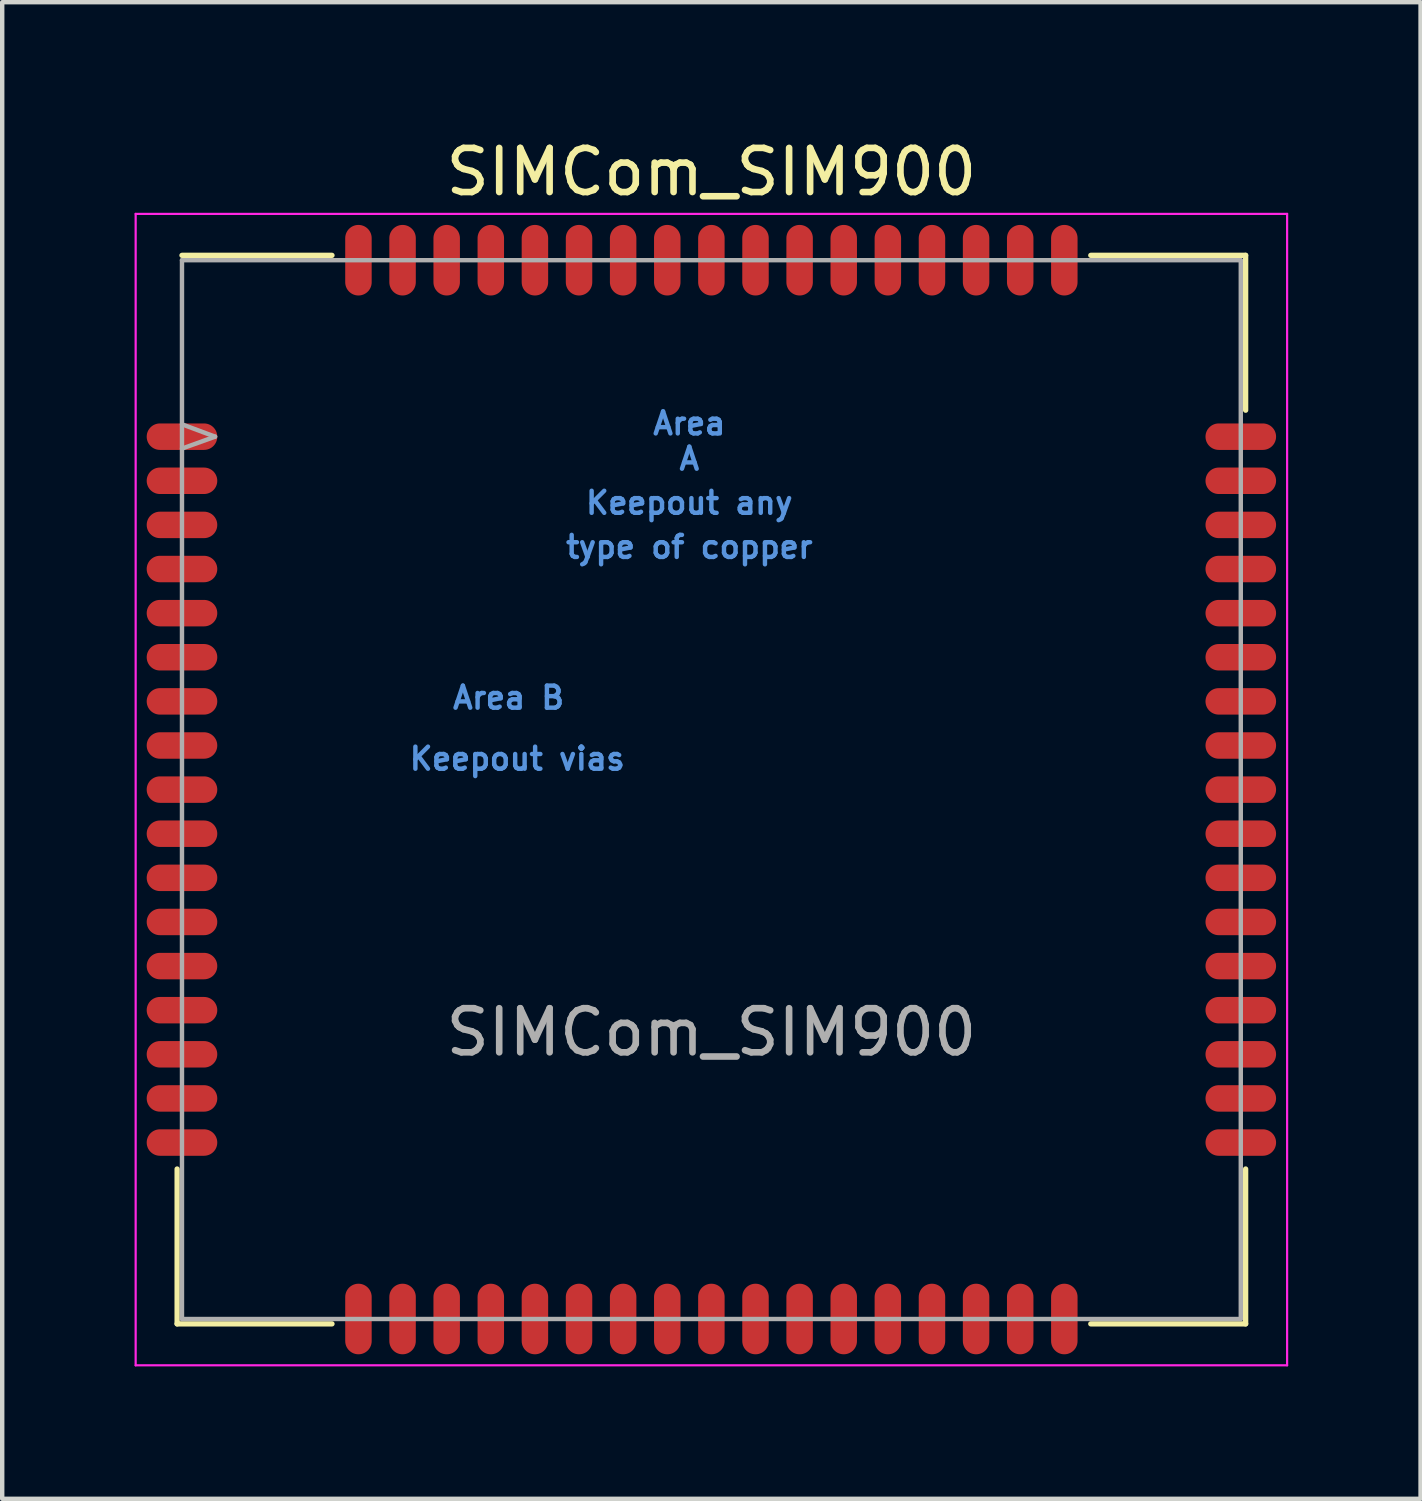
<source format=kicad_pcb>
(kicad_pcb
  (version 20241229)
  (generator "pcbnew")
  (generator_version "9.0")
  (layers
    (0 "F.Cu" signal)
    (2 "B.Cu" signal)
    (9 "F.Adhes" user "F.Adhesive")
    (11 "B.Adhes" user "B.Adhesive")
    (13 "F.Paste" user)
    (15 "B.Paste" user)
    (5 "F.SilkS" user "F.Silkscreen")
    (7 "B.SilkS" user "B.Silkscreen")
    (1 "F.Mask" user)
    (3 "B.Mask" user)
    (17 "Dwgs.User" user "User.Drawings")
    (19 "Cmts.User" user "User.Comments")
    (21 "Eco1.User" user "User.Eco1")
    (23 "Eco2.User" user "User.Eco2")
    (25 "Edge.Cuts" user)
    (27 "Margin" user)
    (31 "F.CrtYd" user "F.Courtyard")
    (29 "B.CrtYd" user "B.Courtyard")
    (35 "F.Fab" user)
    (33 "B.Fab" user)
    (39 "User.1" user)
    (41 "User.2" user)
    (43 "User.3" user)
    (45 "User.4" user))
  (footprint "SIMCom_SIM900"
    (layer "F.Cu")
    (at 13.075 14.848)
    (property "Reference" "SIMCom_SIM900" (at 0 -14 0) (layer "F.SilkS") (effects (font (size 1 1) (thickness 0.15))))
    (attr smd)
    (fp_line (start -12.11 8.6) (end -12.11 12.11) (stroke (width 0.12) (type solid)) (layer "F.SilkS"))
    (fp_line (start -12.11 12.11) (end -8.6 12.11) (stroke (width 0.12) (type solid)) (layer "F.SilkS"))
    (fp_line (start -12 -12.11) (end -8.6 -12.11) (stroke (width 0.12) (type solid)) (layer "F.SilkS"))
    (fp_line (start 8.6 -12.11) (end 12.11 -12.11) (stroke (width 0.12) (type solid)) (layer "F.SilkS"))
    (fp_line (start 8.6 12.11) (end 12.11 12.11) (stroke (width 0.12) (type solid)) (layer "F.SilkS"))
    (fp_line (start 12.11 -12.11) (end 12.11 -8.6) (stroke (width 0.12) (type solid)) (layer "F.SilkS"))
    (fp_line (start 12.11 8.6) (end 12.11 12.11) (stroke (width 0.12) (type solid)) (layer "F.SilkS"))
    (fp_line (start -13.05 -13.05) (end 13.05 -13.05) (stroke (width 0.05) (type solid)) (layer "F.CrtYd"))
    (fp_line (start -13.05 13.05) (end -13.05 -13.05) (stroke (width 0.05) (type solid)) (layer "F.CrtYd"))
    (fp_line (start 13.05 -13.05) (end 13.05 13.05) (stroke (width 0.05) (type solid)) (layer "F.CrtYd"))
    (fp_line (start 13.05 13.05) (end -13.05 13.05) (stroke (width 0.05) (type solid)) (layer "F.CrtYd"))
    (fp_line (start -12 -12) (end 12 -12) (stroke (width 0.1) (type solid)) (layer "F.Fab"))
    (fp_line (start -12 -8.28) (end -11.25 -8) (stroke (width 0.1) (type solid)) (layer "F.Fab"))
    (fp_line (start -12 12) (end -12 -12) (stroke (width 0.1) (type solid)) (layer "F.Fab"))
    (fp_line (start -11.25 -8) (end -12 -7.73) (stroke (width 0.1) (type solid)) (layer "F.Fab"))
    (fp_line (start 12 -12) (end 12 12) (stroke (width 0.1) (type solid)) (layer "F.Fab"))
    (fp_line (start 12 12) (end -12 12) (stroke (width 0.1) (type solid)) (layer "F.Fab"))
    (fp_text user "Keepout any" (at -0.5 -6.5 0) (layer "Cmts.User") (effects (font (size 0.5 0.5) (thickness 0.1))))
    (fp_text user "type of copper" (at -0.5 -5.5 0) (layer "Cmts.User") (effects (font (size 0.5 0.5) (thickness 0.1))))
    (fp_text user "Area B" (at -4.597 -2.083 0) (layer "Cmts.User") (effects (font (size 0.5 0.5) (thickness 0.1))))
    (fp_text user "A" (at -0.5 -7.5 0) (layer "Cmts.User") (effects (font (size 0.5 0.5) (thickness 0.1))))
    (fp_text user "Area" (at -0.5 -8.3 0) (layer "Cmts.User") (effects (font (size 0.5 0.5) (thickness 0.1))))
    (fp_text user "Keepout vias" (at -4.4 -0.7 0) (layer "Cmts.User") (effects (font (size 0.5 0.5) (thickness 0.1))))
    (fp_text user "${REFERENCE}" (at 0 5.5 0) (layer "F.Fab") (effects (font (size 1 1) (thickness 0.15))))
    (pad "1" smd oval (at -12 -8) (size 1.6 0.6) (layers "F.Cu" "F.Mask" "F.Paste"))
    (pad "2" smd oval (at -12 -7) (size 1.6 0.6) (layers "F.Cu" "F.Mask" "F.Paste"))
    (pad "3" smd oval (at -12 -6) (size 1.6 0.6) (layers "F.Cu" "F.Mask" "F.Paste"))
    (pad "4" smd oval (at -12 -5) (size 1.6 0.6) (layers "F.Cu" "F.Mask" "F.Paste"))
    (pad "5" smd oval (at -12 -4) (size 1.6 0.6) (layers "F.Cu" "F.Mask" "F.Paste"))
    (pad "6" smd oval (at -12 -3) (size 1.6 0.6) (layers "F.Cu" "F.Mask" "F.Paste"))
    (pad "7" smd oval (at -12 -2) (size 1.6 0.6) (layers "F.Cu" "F.Mask" "F.Paste"))
    (pad "8" smd oval (at -12 -1) (size 1.6 0.6) (layers "F.Cu" "F.Mask" "F.Paste"))
    (pad "9" smd oval (at -12 0) (size 1.6 0.6) (layers "F.Cu" "F.Mask" "F.Paste"))
    (pad "10" smd oval (at -12 1) (size 1.6 0.6) (layers "F.Cu" "F.Mask" "F.Paste"))
    (pad "11" smd oval (at -12 2) (size 1.6 0.6) (layers "F.Cu" "F.Mask" "F.Paste"))
    (pad "12" smd oval (at -12 3) (size 1.6 0.6) (layers "F.Cu" "F.Mask" "F.Paste"))
    (pad "13" smd oval (at -12 4) (size 1.6 0.6) (layers "F.Cu" "F.Mask" "F.Paste"))
    (pad "14" smd oval (at -12 5) (size 1.6 0.6) (layers "F.Cu" "F.Mask" "F.Paste"))
    (pad "15" smd oval (at -12 6) (size 1.6 0.6) (layers "F.Cu" "F.Mask" "F.Paste"))
    (pad "16" smd oval (at -12 7) (size 1.6 0.6) (layers "F.Cu" "F.Mask" "F.Paste"))
    (pad "17" smd oval (at -12 8) (size 1.6 0.6) (layers "F.Cu" "F.Mask" "F.Paste"))
    (pad "18" smd oval (at -8 12) (size 0.6 1.6) (layers "F.Cu" "F.Mask" "F.Paste"))
    (pad "19" smd oval (at -7 12) (size 0.6 1.6) (layers "F.Cu" "F.Mask" "F.Paste"))
    (pad "20" smd oval (at -6 12) (size 0.6 1.6) (layers "F.Cu" "F.Mask" "F.Paste"))
    (pad "21" smd oval (at -5 12) (size 0.6 1.6) (layers "F.Cu" "F.Mask" "F.Paste"))
    (pad "22" smd oval (at -4 12) (size 0.6 1.6) (layers "F.Cu" "F.Mask" "F.Paste"))
    (pad "23" smd oval (at -3 12) (size 0.6 1.6) (layers "F.Cu" "F.Mask" "F.Paste"))
    (pad "24" smd oval (at -2 12) (size 0.6 1.6) (layers "F.Cu" "F.Mask" "F.Paste"))
    (pad "25" smd oval (at -1 12) (size 0.6 1.6) (layers "F.Cu" "F.Mask" "F.Paste"))
    (pad "26" smd oval (at 0 12) (size 0.6 1.6) (layers "F.Cu" "F.Mask" "F.Paste"))
    (pad "27" smd oval (at 1 12) (size 0.6 1.6) (layers "F.Cu" "F.Mask" "F.Paste"))
    (pad "28" smd oval (at 2 12) (size 0.6 1.6) (layers "F.Cu" "F.Mask" "F.Paste"))
    (pad "29" smd oval (at 3 12) (size 0.6 1.6) (layers "F.Cu" "F.Mask" "F.Paste"))
    (pad "30" smd oval (at 4 12) (size 0.6 1.6) (layers "F.Cu" "F.Mask" "F.Paste"))
    (pad "31" smd oval (at 5 12) (size 0.6 1.6) (layers "F.Cu" "F.Mask" "F.Paste"))
    (pad "32" smd oval (at 6 12) (size 0.6 1.6) (layers "F.Cu" "F.Mask" "F.Paste"))
    (pad "33" smd oval (at 7 12) (size 0.6 1.6) (layers "F.Cu" "F.Mask" "F.Paste"))
    (pad "34" smd oval (at 8 12) (size 0.6 1.6) (layers "F.Cu" "F.Mask" "F.Paste"))
    (pad "35" smd oval (at 12 8) (size 1.6 0.6) (layers "F.Cu" "F.Mask" "F.Paste"))
    (pad "36" smd oval (at 12 7) (size 1.6 0.6) (layers "F.Cu" "F.Mask" "F.Paste"))
    (pad "37" smd oval (at 12 6) (size 1.6 0.6) (layers "F.Cu" "F.Mask" "F.Paste"))
    (pad "38" smd oval (at 12 5) (size 1.6 0.6) (layers "F.Cu" "F.Mask" "F.Paste"))
    (pad "39" smd oval (at 12 4) (size 1.6 0.6) (layers "F.Cu" "F.Mask" "F.Paste"))
    (pad "40" smd oval (at 12 3) (size 1.6 0.6) (layers "F.Cu" "F.Mask" "F.Paste"))
    (pad "41" smd oval (at 12 2) (size 1.6 0.6) (layers "F.Cu" "F.Mask" "F.Paste"))
    (pad "42" smd oval (at 12 1) (size 1.6 0.6) (layers "F.Cu" "F.Mask" "F.Paste"))
    (pad "43" smd oval (at 12 0) (size 1.6 0.6) (layers "F.Cu" "F.Mask" "F.Paste"))
    (pad "44" smd oval (at 12 -1) (size 1.6 0.6) (layers "F.Cu" "F.Mask" "F.Paste"))
    (pad "45" smd oval (at 12 -2) (size 1.6 0.6) (layers "F.Cu" "F.Mask" "F.Paste"))
    (pad "46" smd oval (at 12 -3) (size 1.6 0.6) (layers "F.Cu" "F.Mask" "F.Paste"))
    (pad "47" smd oval (at 12 -4) (size 1.6 0.6) (layers "F.Cu" "F.Mask" "F.Paste"))
    (pad "48" smd oval (at 12 -5) (size 1.6 0.6) (layers "F.Cu" "F.Mask" "F.Paste"))
    (pad "49" smd oval (at 12 -6) (size 1.6 0.6) (layers "F.Cu" "F.Mask" "F.Paste"))
    (pad "50" smd oval (at 12 -7) (size 1.6 0.6) (layers "F.Cu" "F.Mask" "F.Paste"))
    (pad "51" smd oval (at 12 -8) (size 1.6 0.6) (layers "F.Cu" "F.Mask" "F.Paste"))
    (pad "52" smd oval (at 8 -12) (size 0.6 1.6) (layers "F.Cu" "F.Mask" "F.Paste"))
    (pad "53" smd oval (at 7 -12) (size 0.6 1.6) (layers "F.Cu" "F.Mask" "F.Paste"))
    (pad "54" smd oval (at 6 -12) (size 0.6 1.6) (layers "F.Cu" "F.Mask" "F.Paste"))
    (pad "55" smd oval (at 5 -12) (size 0.6 1.6) (layers "F.Cu" "F.Mask" "F.Paste"))
    (pad "56" smd oval (at 4 -12) (size 0.6 1.6) (layers "F.Cu" "F.Mask" "F.Paste"))
    (pad "57" smd oval (at 3 -12) (size 0.6 1.6) (layers "F.Cu" "F.Mask" "F.Paste"))
    (pad "58" smd oval (at 2 -12) (size 0.6 1.6) (layers "F.Cu" "F.Mask" "F.Paste"))
    (pad "59" smd oval (at 1 -12) (size 0.6 1.6) (layers "F.Cu" "F.Mask" "F.Paste"))
    (pad "60" smd oval (at 0 -12) (size 0.6 1.6) (layers "F.Cu" "F.Mask" "F.Paste"))
    (pad "61" smd oval (at -1 -12) (size 0.6 1.6) (layers "F.Cu" "F.Mask" "F.Paste"))
    (pad "62" smd oval (at -2 -12) (size 0.6 1.6) (layers "F.Cu" "F.Mask" "F.Paste"))
    (pad "63" smd oval (at -3 -12) (size 0.6 1.6) (layers "F.Cu" "F.Mask" "F.Paste"))
    (pad "64" smd oval (at -4 -12) (size 0.6 1.6) (layers "F.Cu" "F.Mask" "F.Paste"))
    (pad "65" smd oval (at -5 -12) (size 0.6 1.6) (layers "F.Cu" "F.Mask" "F.Paste"))
    (pad "66" smd oval (at -6 -12) (size 0.6 1.6) (layers "F.Cu" "F.Mask" "F.Paste"))
    (pad "67" smd oval (at -7 -12) (size 0.6 1.6) (layers "F.Cu" "F.Mask" "F.Paste"))
    (pad "68" smd oval (at -8 -12) (size 0.6 1.6) (layers "F.Cu" "F.Mask" "F.Paste"))
    (zone (net_name "") (layer "F.Cu") (hatch full 0.508) (connect_pads) (min_thickness 0.254) (filled_areas_thickness no) (keepout (tracks allowed) (vias not_allowed) (pads allowed) (copperpour allowed) (footprints allowed)) (placement (enabled no)) (fill) (polygon (pts (xy 5.775 12.048) (xy 11.375 12.048) (xy 11.375 17.648) (xy 5.775 17.648))))
    (zone (net_name "") (layer "F.Cu") (hatch full 0.508) (connect_pads) (min_thickness 0.254) (filled_areas_thickness no) (keepout (tracks not_allowed) (vias not_allowed) (pads not_allowed) (copperpour not_allowed) (footprints not_allowed)) (placement (enabled no)) (fill) (polygon (pts (xy 13.58 6.848) (xy 13.561 6.653) (xy 13.504 6.465) (xy 13.412 6.292) (xy 13.288 6.14) (xy 13.137 6.015) (xy 12.964 5.922) (xy 12.777 5.864) (xy 12.582 5.843) (xy 12.387 5.861) (xy 12.199 5.917) (xy 12.025 6.007) (xy 11.872 6.13) (xy 11.746 6.281) (xy 11.651 6.452) (xy 11.592 6.639) (xy 11.57 6.834) (xy 11.587 7.03) (xy 11.641 7.218) (xy 11.73 7.393) (xy 11.852 7.546) (xy 12.002 7.673) (xy 12.173 7.769) (xy 12.359 7.83) (xy 12.554 7.853) (xy 12.749 7.838) (xy 12.938 7.785) (xy 13.113 7.697) (xy 13.268 7.576) (xy 13.396 7.427) (xy 13.493 7.257) (xy 13.555 7.071) (xy 13.579 6.876)))))
  (gr_rect
    (start -3 -3)
    (end 29.15 30.923)
    (stroke (width 0.1) (type default))
    (fill no)
    (layer "Edge.Cuts")))
</source>
